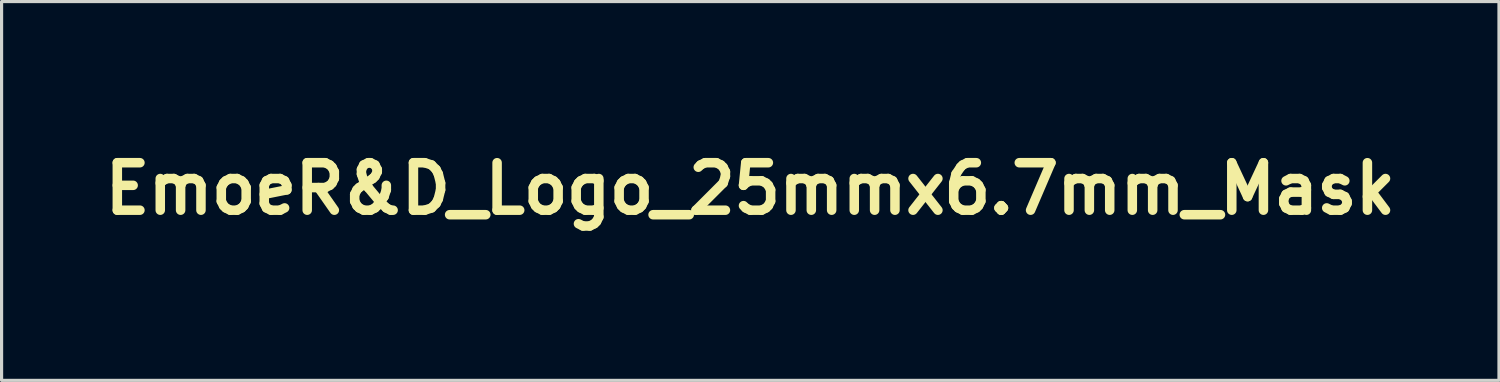
<source format=kicad_pcb>
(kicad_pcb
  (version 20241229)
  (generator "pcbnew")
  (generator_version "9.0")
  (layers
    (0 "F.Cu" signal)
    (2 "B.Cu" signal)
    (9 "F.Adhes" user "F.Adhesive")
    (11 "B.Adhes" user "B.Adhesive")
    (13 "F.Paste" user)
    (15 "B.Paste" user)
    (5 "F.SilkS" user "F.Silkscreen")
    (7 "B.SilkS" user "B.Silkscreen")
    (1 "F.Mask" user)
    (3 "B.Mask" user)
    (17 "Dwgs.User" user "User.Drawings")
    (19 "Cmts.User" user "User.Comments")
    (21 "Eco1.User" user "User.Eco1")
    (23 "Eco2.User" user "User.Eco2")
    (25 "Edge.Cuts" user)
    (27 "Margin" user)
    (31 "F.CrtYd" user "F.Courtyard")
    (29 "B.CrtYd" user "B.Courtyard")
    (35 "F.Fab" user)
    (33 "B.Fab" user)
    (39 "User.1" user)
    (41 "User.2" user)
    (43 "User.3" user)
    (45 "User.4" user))
  (footprint "EmoeR&D_Logo_25mmx6.7mm_Mask"
    (layer "F.Cu")
    (at 20.657 2.913)
    (property "Reference" "EmoeR&D_Logo_25mmx6.7mm_Mask" (at 0 0 0) (layer "F.SilkS") (effects (font (size 1.5 1.5) (thickness 0.3))))
    (attr board_only exclude_from_pos_files exclude_from_bom)
    (fp_poly (pts (xy 3.079 1.767) (xy 3.101 1.811) (xy 3.062 1.866) (xy 2.988 1.879) (xy 2.897 1.855) (xy 2.875 1.811) (xy 2.914 1.756) (xy 2.988 1.743)) (stroke (width 0) (type solid)) (fill yes) (layer "F.Mask"))
    (fp_poly (pts (xy -2.642 1.612) (xy -2.603 1.622) (xy -2.615 1.668) (xy -2.647 1.777) (xy -2.691 1.929) (xy -2.742 2.101) (xy -2.792 2.269) (xy -2.836 2.413) (xy -2.856 2.479) (xy -2.858 2.535) (xy -2.81 2.53) (xy -2.75 2.526) (xy -2.748 2.571) (xy -2.803 2.646) (xy -2.822 2.664) (xy -2.903 2.712) (xy -2.999 2.738) (xy -3.077 2.737) (xy -3.101 2.712) (xy -3.089 2.66) (xy -3.055 2.541) (xy -3.006 2.372) (xy -2.955 2.206) (xy -2.89 1.978) (xy -2.854 1.826) (xy -2.848 1.739) (xy -2.865 1.709) (xy -2.906 1.675) (xy -2.877 1.638) (xy -2.795 1.612) (xy -2.737 1.607)) (stroke (width 0) (type solid)) (fill yes) (layer "F.Mask"))
    (fp_poly (pts (xy 10.743 2.023) (xy 10.775 2.054) (xy 10.767 2.094) (xy 10.751 2.147) (xy 10.776 2.138) (xy 10.828 2.094) (xy 10.937 2.025) (xy 11.021 2.019) (xy 11.062 2.073) (xy 11.062 2.117) (xy 11.02 2.2) (xy 10.942 2.22) (xy 10.855 2.259) (xy 10.759 2.355) (xy 10.675 2.481) (xy 10.624 2.608) (xy 10.618 2.66) (xy 10.582 2.725) (xy 10.508 2.739) (xy 10.399 2.739) (xy 10.485 2.456) (xy 10.537 2.283) (xy 10.563 2.179) (xy 10.563 2.126) (xy 10.539 2.108) (xy 10.501 2.105) (xy 10.455 2.083) (xy 10.459 2.06) (xy 10.519 2.029) (xy 10.629 2.015) (xy 10.641 2.015)) (stroke (width 0) (type solid)) (fill yes) (layer "F.Mask"))
    (fp_poly (pts (xy -7.629 2.035) (xy -7.564 2.096) (xy -7.572 2.185) (xy -7.627 2.231) (xy -7.683 2.241) (xy -7.75 2.22) (xy -7.749 2.173) (xy -7.747 2.115) (xy -7.793 2.109) (xy -7.867 2.149) (xy -7.943 2.225) (xy -8.014 2.351) (xy -8.036 2.471) (xy -8.016 2.566) (xy -7.959 2.617) (xy -7.872 2.608) (xy -7.826 2.579) (xy -7.726 2.52) (xy -7.67 2.516) (xy -7.671 2.561) (xy -7.72 2.626) (xy -7.845 2.713) (xy -7.987 2.746) (xy -8.12 2.725) (xy -8.213 2.65) (xy -8.224 2.629) (xy -8.253 2.469) (xy -8.208 2.307) (xy -8.106 2.163) (xy -7.962 2.059) (xy -7.789 2.015) (xy -7.773 2.015)) (stroke (width 0) (type solid)) (fill yes) (layer "F.Mask"))
    (fp_poly (pts (xy 3.693 2.048) (xy 3.793 2.135) (xy 3.828 2.262) (xy 3.795 2.411) (xy 3.691 2.566) (xy 3.672 2.585) (xy 3.515 2.701) (xy 3.358 2.746) (xy 3.218 2.717) (xy 3.121 2.628) (xy 3.101 2.565) (xy 3.291 2.565) (xy 3.326 2.655) (xy 3.391 2.67) (xy 3.473 2.604) (xy 3.533 2.51) (xy 3.579 2.381) (xy 3.599 2.242) (xy 3.589 2.129) (xy 3.569 2.09) (xy 3.516 2.09) (xy 3.443 2.15) (xy 3.37 2.246) (xy 3.315 2.356) (xy 3.301 2.407) (xy 3.291 2.565) (xy 3.101 2.565) (xy 3.077 2.486) (xy 3.103 2.334) (xy 3.187 2.192) (xy 3.314 2.081) (xy 3.471 2.02) (xy 3.534 2.015)) (stroke (width 0) (type solid)) (fill yes) (layer "F.Mask"))
    (fp_poly (pts (xy 10.259 2.048) (xy 10.358 2.135) (xy 10.393 2.262) (xy 10.36 2.411) (xy 10.256 2.566) (xy 10.237 2.585) (xy 10.08 2.701) (xy 9.923 2.746) (xy 9.783 2.717) (xy 9.686 2.628) (xy 9.666 2.565) (xy 9.856 2.565) (xy 9.891 2.655) (xy 9.956 2.67) (xy 10.038 2.604) (xy 10.098 2.51) (xy 10.144 2.381) (xy 10.164 2.242) (xy 10.154 2.129) (xy 10.134 2.09) (xy 10.081 2.09) (xy 10.008 2.15) (xy 9.935 2.246) (xy 9.88 2.356) (xy 9.866 2.407) (xy 9.856 2.565) (xy 9.666 2.565) (xy 9.642 2.486) (xy 9.668 2.334) (xy 9.752 2.192) (xy 9.879 2.081) (xy 10.036 2.02) (xy 10.099 2.015)) (stroke (width 0) (type solid)) (fill yes) (layer "F.Mask"))
    (fp_poly (pts (xy 1.373 1.613) (xy 1.424 1.634) (xy 1.425 1.641) (xy 1.413 1.696) (xy 1.38 1.818) (xy 1.332 1.988) (xy 1.292 2.126) (xy 1.239 2.315) (xy 1.2 2.469) (xy 1.18 2.569) (xy 1.179 2.598) (xy 1.198 2.584) (xy 1.2 2.566) (xy 1.23 2.516) (xy 1.245 2.513) (xy 1.288 2.54) (xy 1.268 2.608) (xy 1.219 2.668) (xy 1.125 2.725) (xy 1.021 2.739) (xy 0.964 2.715) (xy 0.967 2.664) (xy 0.991 2.546) (xy 1.034 2.378) (xy 1.081 2.209) (xy 1.144 1.984) (xy 1.178 1.832) (xy 1.185 1.745) (xy 1.167 1.71) (xy 1.166 1.709) (xy 1.129 1.668) (xy 1.134 1.649) (xy 1.188 1.621) (xy 1.281 1.609)) (stroke (width 0) (type solid)) (fill yes) (layer "F.Mask"))
    (fp_poly (pts (xy -2.054 2.033) (xy -1.979 2.069) (xy -1.943 2.147) (xy -1.925 2.271) (xy -1.924 2.299) (xy -1.947 2.451) (xy -2.029 2.578) (xy -2.057 2.607) (xy -2.184 2.704) (xy -2.326 2.738) (xy -2.364 2.739) (xy -2.492 2.726) (xy -2.584 2.693) (xy -2.594 2.685) (xy -2.646 2.574) (xy -2.644 2.514) (xy -2.451 2.514) (xy -2.426 2.62) (xy -2.418 2.631) (xy -2.348 2.664) (xy -2.269 2.613) (xy -2.188 2.484) (xy -2.166 2.435) (xy -2.112 2.263) (xy -2.116 2.153) (xy -2.178 2.106) (xy -2.195 2.105) (xy -2.287 2.146) (xy -2.369 2.247) (xy -2.428 2.379) (xy -2.451 2.514) (xy -2.644 2.514) (xy -2.64 2.427) (xy -2.583 2.268) (xy -2.481 2.124) (xy -2.424 2.073) (xy -2.322 2.031) (xy -2.185 2.018)) (stroke (width 0) (type solid)) (fill yes) (layer "F.Mask"))
    (fp_poly (pts (xy 0.764 2.037) (xy 0.853 2.109) (xy 0.883 2.241) (xy 0.883 2.253) (xy 0.844 2.453) (xy 0.738 2.61) (xy 0.581 2.711) (xy 0.428 2.738) (xy 0.305 2.724) (xy 0.218 2.689) (xy 0.213 2.685) (xy 0.177 2.606) (xy 0.165 2.522) (xy 0.356 2.522) (xy 0.381 2.621) (xy 0.385 2.626) (xy 0.436 2.671) (xy 0.49 2.652) (xy 0.528 2.62) (xy 0.596 2.526) (xy 0.656 2.394) (xy 0.664 2.371) (xy 0.692 2.242) (xy 0.678 2.161) (xy 0.657 2.128) (xy 0.605 2.083) (xy 0.551 2.102) (xy 0.514 2.134) (xy 0.431 2.245) (xy 0.375 2.385) (xy 0.356 2.522) (xy 0.165 2.522) (xy 0.159 2.483) (xy 0.158 2.462) (xy 0.2 2.282) (xy 0.31 2.134) (xy 0.468 2.039) (xy 0.606 2.015)) (stroke (width 0) (type solid)) (fill yes) (layer "F.Mask"))
    (fp_poly (pts (xy 11.607 2.04) (xy 11.684 2.087) (xy 11.695 2.113) (xy 11.671 2.205) (xy 11.583 2.299) (xy 11.454 2.375) (xy 11.356 2.404) (xy 11.242 2.447) (xy 11.208 2.513) (xy 11.261 2.593) (xy 11.265 2.596) (xy 11.333 2.616) (xy 11.436 2.576) (xy 11.467 2.558) (xy 11.579 2.507) (xy 11.633 2.515) (xy 11.618 2.569) (xy 11.54 2.645) (xy 11.398 2.716) (xy 11.24 2.736) (xy 11.102 2.704) (xy 11.051 2.668) (xy 10.993 2.581) (xy 10.979 2.528) (xy 11.01 2.399) (xy 11.068 2.286) (xy 11.251 2.286) (xy 11.268 2.328) (xy 11.332 2.314) (xy 11.385 2.288) (xy 11.465 2.22) (xy 11.501 2.141) (xy 11.478 2.083) (xy 11.477 2.083) (xy 11.421 2.093) (xy 11.344 2.15) (xy 11.277 2.225) (xy 11.251 2.286) (xy 11.068 2.286) (xy 11.086 2.251) (xy 11.183 2.126) (xy 11.235 2.083) (xy 11.352 2.035) (xy 11.487 2.022)) (stroke (width 0) (type solid)) (fill yes) (layer "F.Mask"))
    (fp_poly (pts (xy -7.053 2.023) (xy -6.935 2.044) (xy -6.88 2.091) (xy -6.868 2.138) (xy -6.896 2.229) (xy -6.985 2.319) (xy -7.11 2.39) (xy -7.244 2.422) (xy -7.256 2.422) (xy -7.341 2.442) (xy -7.346 2.501) (xy -7.286 2.577) (xy -7.193 2.616) (xy -7.088 2.585) (xy -7.017 2.512) (xy -6.965 2.489) (xy -6.913 2.521) (xy -6.905 2.551) (xy -6.943 2.603) (xy -7.039 2.662) (xy -7.16 2.712) (xy -7.276 2.738) (xy -7.299 2.739) (xy -7.413 2.721) (xy -7.484 2.685) (xy -7.54 2.57) (xy -7.532 2.422) (xy -7.48 2.305) (xy -7.29 2.305) (xy -7.261 2.332) (xy -7.187 2.304) (xy -7.123 2.257) (xy -7.055 2.174) (xy -7.039 2.11) (xy -7.075 2.086) (xy -7.13 2.105) (xy -7.21 2.166) (xy -7.268 2.241) (xy -7.29 2.305) (xy -7.48 2.305) (xy -7.462 2.266) (xy -7.382 2.166) (xy -7.27 2.068) (xy -7.175 2.026) (xy -7.056 2.023)) (stroke (width 0) (type solid)) (fill yes) (layer "F.Mask"))
    (fp_poly (pts (xy 5.202 2.02) (xy 5.245 2.048) (xy 5.243 2.116) (xy 5.24 2.128) (xy 5.203 2.208) (xy 5.147 2.241) (xy 5.103 2.218) (xy 5.094 2.173) (xy 5.057 2.113) (xy 5.026 2.105) (xy 4.967 2.134) (xy 4.969 2.203) (xy 5.032 2.293) (xy 5.048 2.309) (xy 5.118 2.419) (xy 5.136 2.552) (xy 5.1 2.666) (xy 5.085 2.685) (xy 5.01 2.717) (xy 4.881 2.736) (xy 4.808 2.739) (xy 4.676 2.734) (xy 4.616 2.716) (xy 4.61 2.676) (xy 4.613 2.668) (xy 4.638 2.566) (xy 4.641 2.532) (xy 4.677 2.475) (xy 4.709 2.468) (xy 4.765 2.505) (xy 4.777 2.553) (xy 4.806 2.637) (xy 4.84 2.663) (xy 4.922 2.668) (xy 4.956 2.612) (xy 4.941 2.516) (xy 4.874 2.398) (xy 4.867 2.389) (xy 4.797 2.262) (xy 4.781 2.144) (xy 4.819 2.059) (xy 4.848 2.042) (xy 4.94 2.024) (xy 5.071 2.015) (xy 5.091 2.015)) (stroke (width 0) (type solid)) (fill yes) (layer "F.Mask"))
    (fp_poly (pts (xy -4.357 2.025) (xy -4.335 2.064) (xy -4.341 2.085) (xy -4.352 2.13) (xy -4.319 2.119) (xy -4.268 2.085) (xy -4.144 2.027) (xy -4.03 2.021) (xy -3.954 2.065) (xy -3.946 2.082) (xy -3.944 2.164) (xy -3.971 2.289) (xy -3.987 2.339) (xy -4.025 2.468) (xy -4.022 2.538) (xy -3.999 2.563) (xy -3.973 2.615) (xy -4.011 2.676) (xy -4.091 2.724) (xy -4.171 2.739) (xy -4.244 2.726) (xy -4.273 2.677) (xy -4.26 2.576) (xy -4.211 2.422) (xy -4.17 2.294) (xy -4.147 2.199) (xy -4.145 2.179) (xy -4.168 2.169) (xy -4.224 2.216) (xy -4.299 2.302) (xy -4.377 2.407) (xy -4.443 2.513) (xy -4.481 2.599) (xy -4.483 2.608) (xy -4.532 2.713) (xy -4.599 2.739) (xy -4.671 2.718) (xy -4.686 2.69) (xy -4.674 2.622) (xy -4.643 2.498) (xy -4.612 2.386) (xy -4.573 2.227) (xy -4.569 2.14) (xy -4.59 2.115) (xy -4.629 2.082) (xy -4.597 2.046) (xy -4.515 2.02) (xy -4.452 2.015)) (stroke (width 0) (type solid)) (fill yes) (layer "F.Mask"))
    (fp_poly (pts (xy -3.208 2.021) (xy -3.121 2.035) (xy -3.102 2.049) (xy -3.114 2.108) (xy -3.146 2.224) (xy -3.17 2.306) (xy -3.207 2.45) (xy -3.209 2.53) (xy -3.184 2.563) (xy -3.154 2.608) (xy -3.189 2.668) (xy -3.264 2.718) (xy -3.359 2.738) (xy -3.437 2.724) (xy -3.464 2.685) (xy -3.477 2.653) (xy -3.518 2.685) (xy -3.605 2.727) (xy -3.723 2.739) (xy -3.834 2.72) (xy -3.899 2.674) (xy -3.901 2.67) (xy -3.912 2.53) (xy -3.902 2.498) (xy -3.724 2.498) (xy -3.717 2.596) (xy -3.714 2.601) (xy -3.656 2.623) (xy -3.568 2.584) (xy -3.474 2.496) (xy -3.443 2.457) (xy -3.392 2.348) (xy -3.374 2.233) (xy -3.389 2.142) (xy -3.438 2.105) (xy -3.438 2.105) (xy -3.524 2.145) (xy -3.611 2.243) (xy -3.684 2.371) (xy -3.724 2.498) (xy -3.902 2.498) (xy -3.862 2.365) (xy -3.762 2.204) (xy -3.726 2.163) (xy -3.627 2.073) (xy -3.532 2.029) (xy -3.4 2.015) (xy -3.342 2.015)) (stroke (width 0) (type solid)) (fill yes) (layer "F.Mask"))
    (fp_poly (pts (xy -0.047 1.613) (xy 0.212 1.622) (xy 0.185 1.756) (xy 0.166 1.865) (xy 0.158 1.93) (xy 0.135 1.973) (xy 0.087 1.961) (xy 0.044 1.908) (xy 0.034 1.869) (xy -0.007 1.753) (xy -0.094 1.69) (xy -0.2 1.696) (xy -0.21 1.701) (xy -0.276 1.757) (xy -0.283 1.833) (xy -0.227 1.94) (xy -0.113 2.083) (xy 0.02 2.274) (xy 0.067 2.44) (xy 0.028 2.585) (xy -0.023 2.649) (xy -0.095 2.702) (xy -0.193 2.728) (xy -0.345 2.735) (xy -0.402 2.734) (xy -0.69 2.728) (xy -0.652 2.564) (xy -0.626 2.447) (xy -0.613 2.372) (xy -0.612 2.366) (xy -0.591 2.327) (xy -0.551 2.346) (xy -0.522 2.403) (xy -0.521 2.422) (xy -0.49 2.521) (xy -0.429 2.604) (xy -0.345 2.666) (xy -0.266 2.657) (xy -0.248 2.648) (xy -0.171 2.564) (xy -0.169 2.44) (xy -0.239 2.287) (xy -0.317 2.184) (xy -0.44 2.001) (xy -0.479 1.846) (xy -0.436 1.726) (xy -0.314 1.646) (xy -0.117 1.613)) (stroke (width 0) (type solid)) (fill yes) (layer "F.Mask"))
    (fp_poly (pts (xy 4.2 2.025) (xy 4.222 2.064) (xy 4.216 2.085) (xy 4.205 2.13) (xy 4.238 2.119) (xy 4.289 2.085) (xy 4.413 2.027) (xy 4.527 2.021) (xy 4.603 2.065) (xy 4.612 2.082) (xy 4.613 2.164) (xy 4.586 2.289) (xy 4.57 2.339) (xy 4.533 2.468) (xy 4.535 2.538) (xy 4.558 2.563) (xy 4.584 2.615) (xy 4.546 2.676) (xy 4.466 2.724) (xy 4.386 2.739) (xy 4.313 2.726) (xy 4.284 2.677) (xy 4.298 2.576) (xy 4.347 2.422) (xy 4.388 2.294) (xy 4.411 2.199) (xy 4.413 2.179) (xy 4.389 2.169) (xy 4.333 2.216) (xy 4.258 2.302) (xy 4.18 2.407) (xy 4.115 2.513) (xy 4.076 2.599) (xy 4.074 2.608) (xy 4.025 2.713) (xy 3.958 2.739) (xy 3.887 2.718) (xy 3.871 2.69) (xy 3.883 2.622) (xy 3.914 2.498) (xy 3.945 2.386) (xy 3.984 2.227) (xy 3.988 2.14) (xy 3.967 2.115) (xy 3.929 2.082) (xy 3.96 2.046) (xy 4.042 2.02) (xy 4.105 2.015)) (stroke (width 0) (type solid)) (fill yes) (layer "F.Mask"))
    (fp_poly (pts (xy -5.919 1.63) (xy -6.047 2.06) (xy -6.1 2.255) (xy -6.137 2.426) (xy -6.153 2.55) (xy -6.151 2.59) (xy -6.151 2.669) (xy -6.215 2.711) (xy -6.249 2.721) (xy -6.353 2.728) (xy -6.401 2.702) (xy -6.46 2.679) (xy -6.498 2.696) (xy -6.608 2.734) (xy -6.726 2.732) (xy -6.813 2.694) (xy -6.832 2.668) (xy -6.854 2.54) (xy -6.644 2.54) (xy -6.607 2.605) (xy -6.536 2.597) (xy -6.446 2.509) (xy -6.433 2.49) (xy -6.334 2.314) (xy -6.3 2.191) (xy -6.333 2.125) (xy -6.343 2.12) (xy -6.431 2.13) (xy -6.524 2.208) (xy -6.602 2.334) (xy -6.629 2.409) (xy -6.644 2.54) (xy -6.854 2.54) (xy -6.86 2.505) (xy -6.812 2.351) (xy -6.684 2.191) (xy -6.542 2.07) (xy -6.419 2.019) (xy -6.371 2.015) (xy -6.268 1.998) (xy -6.208 1.93) (xy -6.185 1.872) (xy -6.147 1.761) (xy -6.142 1.711) (xy -6.173 1.698) (xy -6.212 1.698) (xy -6.261 1.684) (xy -6.24 1.649) (xy -6.164 1.619) (xy -6.055 1.615)) (stroke (width 0) (type solid)) (fill yes) (layer "F.Mask"))
    (fp_poly (pts (xy 2.12 2.02) (xy 2.144 2.05) (xy 2.137 2.121) (xy 2.101 2.254) (xy 2.084 2.311) (xy 2.048 2.456) (xy 2.049 2.537) (xy 2.07 2.564) (xy 2.095 2.615) (xy 2.056 2.676) (xy 1.975 2.724) (xy 1.891 2.739) (xy 1.811 2.724) (xy 1.804 2.673) (xy 1.806 2.669) (xy 1.817 2.624) (xy 1.784 2.635) (xy 1.732 2.669) (xy 1.612 2.728) (xy 1.505 2.737) (xy 1.438 2.697) (xy 1.426 2.654) (xy 1.441 2.56) (xy 1.478 2.426) (xy 1.494 2.377) (xy 1.541 2.238) (xy 1.558 2.17) (xy 1.543 2.16) (xy 1.501 2.19) (xy 1.434 2.222) (xy 1.408 2.191) (xy 1.436 2.122) (xy 1.456 2.098) (xy 1.557 2.032) (xy 1.637 2.015) (xy 1.716 2.042) (xy 1.743 2.129) (xy 1.72 2.28) (xy 1.675 2.424) (xy 1.638 2.543) (xy 1.623 2.623) (xy 1.626 2.637) (xy 1.664 2.62) (xy 1.728 2.545) (xy 1.803 2.435) (xy 1.876 2.313) (xy 1.93 2.202) (xy 1.947 2.148) (xy 1.996 2.042) (xy 2.064 2.015)) (stroke (width 0) (type solid)) (fill yes) (layer "F.Mask"))
    (fp_poly (pts (xy 8.208 1.63) (xy 8.079 2.06) (xy 8.027 2.255) (xy 7.99 2.426) (xy 7.974 2.55) (xy 7.976 2.59) (xy 7.976 2.669) (xy 7.911 2.711) (xy 7.878 2.721) (xy 7.773 2.728) (xy 7.725 2.702) (xy 7.666 2.679) (xy 7.628 2.696) (xy 7.518 2.734) (xy 7.401 2.732) (xy 7.313 2.694) (xy 7.294 2.668) (xy 7.272 2.54) (xy 7.482 2.54) (xy 7.519 2.605) (xy 7.59 2.597) (xy 7.68 2.509) (xy 7.693 2.49) (xy 7.792 2.314) (xy 7.826 2.191) (xy 7.793 2.125) (xy 7.783 2.12) (xy 7.695 2.13) (xy 7.603 2.208) (xy 7.525 2.334) (xy 7.497 2.409) (xy 7.482 2.54) (xy 7.272 2.54) (xy 7.266 2.505) (xy 7.315 2.351) (xy 7.443 2.191) (xy 7.584 2.07) (xy 7.707 2.019) (xy 7.755 2.015) (xy 7.858 1.998) (xy 7.918 1.93) (xy 7.942 1.872) (xy 7.979 1.761) (xy 7.984 1.711) (xy 7.953 1.698) (xy 7.914 1.698) (xy 7.865 1.684) (xy 7.886 1.649) (xy 7.963 1.619) (xy 8.071 1.615)) (stroke (width 0) (type solid)) (fill yes) (layer "F.Mask"))
    (fp_poly (pts (xy -4.842 1.626) (xy -4.831 1.704) (xy -4.839 1.777) (xy -4.856 1.908) (xy -4.875 2.091) (xy -4.893 2.286) (xy -4.893 2.293) (xy -4.906 2.471) (xy -4.904 2.581) (xy -4.886 2.644) (xy -4.848 2.682) (xy -4.838 2.688) (xy -4.807 2.715) (xy -4.84 2.731) (xy -4.949 2.737) (xy -5.014 2.738) (xy -5.275 2.739) (xy -5.184 2.649) (xy -5.108 2.54) (xy -5.096 2.446) (xy -5.147 2.387) (xy -5.204 2.377) (xy -5.301 2.408) (xy -5.39 2.482) (xy -5.45 2.574) (xy -5.461 2.658) (xy -5.445 2.687) (xy -5.433 2.72) (xy -5.492 2.736) (xy -5.589 2.739) (xy -5.785 2.739) (xy -5.67 2.624) (xy -5.598 2.541) (xy -5.491 2.402) (xy -5.413 2.296) (xy -5.249 2.296) (xy -5.223 2.328) (xy -5.191 2.332) (xy -5.127 2.308) (xy -5.092 2.223) (xy -5.084 2.169) (xy -5.076 2.067) (xy -5.087 2.043) (xy -5.125 2.085) (xy -5.128 2.089) (xy -5.218 2.22) (xy -5.249 2.296) (xy -5.413 2.296) (xy -5.364 2.228) (xy -5.245 2.058) (xy -5.085 1.835) (xy -4.966 1.689) (xy -4.886 1.62)) (stroke (width 0) (type solid)) (fill yes) (layer "F.Mask"))
    (fp_poly (pts (xy 10.286 -2.873) (xy 10.588 -2.863) (xy 10.826 -2.845) (xy 11.014 -2.814) (xy 11.165 -2.769) (xy 11.293 -2.707) (xy 11.411 -2.626) (xy 11.469 -2.578) (xy 11.682 -2.355) (xy 11.84 -2.097) (xy 11.946 -1.79) (xy 12.005 -1.423) (xy 12.02 -1.054) (xy 11.991 -0.599) (xy 11.902 -0.211) (xy 11.752 0.112) (xy 11.541 0.371) (xy 11.267 0.568) (xy 11.231 0.588) (xy 10.964 0.724) (xy 9.976 0.739) (xy 8.987 0.753) (xy 8.987 -1.061) (xy 8.987 -1.064) (xy 9.531 -1.064) (xy 9.531 0.294) (xy 10.11 0.294) (xy 10.358 0.293) (xy 10.537 0.286) (xy 10.667 0.271) (xy 10.768 0.245) (xy 10.861 0.206) (xy 10.888 0.192) (xy 11.124 0.024) (xy 11.299 -0.211) (xy 11.413 -0.512) (xy 11.467 -0.879) (xy 11.467 -1.222) (xy 11.435 -1.536) (xy 11.374 -1.782) (xy 11.275 -1.983) (xy 11.147 -2.145) (xy 11.036 -2.25) (xy 10.923 -2.326) (xy 10.789 -2.376) (xy 10.618 -2.405) (xy 10.39 -2.419) (xy 10.121 -2.422) (xy 9.531 -2.422) (xy 9.531 -1.064) (xy 8.987 -1.064) (xy 8.987 -2.875) (xy 9.907 -2.875)) (stroke (width 0) (type solid)) (fill yes) (layer "F.Mask"))
    (fp_poly (pts (xy -11.491 1.641) (xy -11.494 1.687) (xy -11.507 1.765) (xy -11.523 1.909) (xy -11.539 2.094) (xy -11.548 2.202) (xy -11.56 2.406) (xy -11.562 2.538) (xy -11.552 2.618) (xy -11.527 2.663) (xy -11.494 2.688) (xy -11.463 2.715) (xy -11.497 2.73) (xy -11.605 2.737) (xy -11.679 2.738) (xy -11.824 2.736) (xy -11.893 2.725) (xy -11.897 2.702) (xy -11.876 2.683) (xy -11.813 2.597) (xy -11.776 2.502) (xy -11.765 2.412) (xy -11.807 2.381) (xy -11.874 2.377) (xy -11.979 2.408) (xy -12.067 2.484) (xy -12.119 2.578) (xy -12.117 2.664) (xy -12.101 2.687) (xy -12.089 2.72) (xy -12.146 2.736) (xy -12.247 2.739) (xy -12.446 2.739) (xy -12.308 2.592) (xy -12.224 2.493) (xy -12.108 2.341) (xy -12.088 2.314) (xy -11.908 2.314) (xy -11.853 2.332) (xy -11.841 2.332) (xy -11.776 2.313) (xy -11.752 2.241) (xy -11.75 2.185) (xy -11.755 2.1) (xy -11.776 2.084) (xy -11.821 2.14) (xy -11.888 2.252) (xy -11.908 2.314) (xy -12.088 2.314) (xy -11.976 2.161) (xy -11.882 2.026) (xy -11.762 1.858) (xy -11.655 1.722) (xy -11.573 1.634) (xy -11.533 1.607)) (stroke (width 0) (type solid)) (fill yes) (layer "F.Mask"))
    (fp_poly (pts (xy 2.591 1.868) (xy 2.585 1.902) (xy 2.574 1.968) (xy 2.593 2.005) (xy 2.661 2.02) (xy 2.793 2.02) (xy 2.885 2.016) (xy 3.054 2.008) (xy 2.994 2.204) (xy 2.95 2.349) (xy 2.911 2.474) (xy 2.902 2.501) (xy 2.889 2.573) (xy 2.925 2.581) (xy 2.94 2.576) (xy 3 2.574) (xy 3.002 2.622) (xy 2.957 2.685) (xy 2.895 2.714) (xy 2.799 2.736) (xy 2.706 2.744) (xy 2.652 2.734) (xy 2.649 2.728) (xy 2.661 2.682) (xy 2.693 2.574) (xy 2.738 2.425) (xy 2.738 2.425) (xy 2.781 2.276) (xy 2.807 2.165) (xy 2.811 2.117) (xy 2.811 2.117) (xy 2.76 2.103) (xy 2.669 2.092) (xy 2.596 2.094) (xy 2.548 2.128) (xy 2.507 2.212) (xy 2.466 2.339) (xy 2.426 2.483) (xy 2.416 2.557) (xy 2.436 2.576) (xy 2.451 2.572) (xy 2.505 2.574) (xy 2.503 2.624) (xy 2.459 2.685) (xy 2.374 2.731) (xy 2.279 2.737) (xy 2.21 2.704) (xy 2.196 2.667) (xy 2.208 2.585) (xy 2.239 2.451) (xy 2.269 2.344) (xy 2.307 2.193) (xy 2.314 2.106) (xy 2.289 2.062) (xy 2.285 2.059) (xy 2.266 2.024) (xy 2.326 1.994) (xy 2.426 1.931) (xy 2.469 1.876) (xy 2.531 1.799) (xy 2.579 1.798)) (stroke (width 0) (type solid)) (fill yes) (layer "F.Mask"))
    (fp_poly (pts (xy -3.915 -1.62) (xy -3.621 -1.52) (xy -3.376 -1.348) (xy -3.174 -1.1) (xy -3.122 -1.011) (xy -3.052 -0.872) (xy -3.011 -0.748) (xy -2.993 -0.605) (xy -2.988 -0.407) (xy -2.993 -0.209) (xy -3.011 -0.066) (xy -3.052 0.058) (xy -3.122 0.196) (xy -3.319 0.466) (xy -3.573 0.676) (xy -3.752 0.77) (xy -3.931 0.816) (xy -4.16 0.836) (xy -4.407 0.832) (xy -4.634 0.803) (xy -4.799 0.753) (xy -5.093 0.571) (xy -5.328 0.321) (xy -5.4 0.21) (xy -5.461 0.097) (xy -5.498 -0.009) (xy -5.517 -0.136) (xy -5.523 -0.313) (xy -5.524 -0.407) (xy -5.236 -0.407) (xy -5.205 -0.143) (xy -5.106 0.084) (xy -4.929 0.294) (xy -4.88 0.339) (xy -4.632 0.503) (xy -4.367 0.58) (xy -4.09 0.567) (xy -3.826 0.473) (xy -3.593 0.31) (xy -3.425 0.101) (xy -3.322 -0.14) (xy -3.285 -0.397) (xy -3.314 -0.654) (xy -3.409 -0.897) (xy -3.57 -1.109) (xy -3.797 -1.276) (xy -3.803 -1.279) (xy -4.085 -1.381) (xy -4.363 -1.394) (xy -4.63 -1.318) (xy -4.878 -1.155) (xy -4.881 -1.153) (xy -5.076 -0.943) (xy -5.191 -0.72) (xy -5.235 -0.464) (xy -5.236 -0.407) (xy -5.524 -0.407) (xy -5.521 -0.613) (xy -5.508 -0.757) (xy -5.479 -0.868) (xy -5.429 -0.975) (xy -5.4 -1.025) (xy -5.2 -1.295) (xy -4.96 -1.486) (xy -4.672 -1.604) (xy -4.331 -1.65) (xy -4.266 -1.652)) (stroke (width 0) (type solid)) (fill yes) (layer "F.Mask"))
    (fp_poly (pts (xy -9.712 -1.925) (xy -9.712 -1.471) (xy -9.848 -1.471) (xy -9.983 -1.471) (xy -9.983 -1.811) (xy -9.983 -2.151) (xy -10.753 -2.151) (xy -11.523 -2.151) (xy -11.523 -1.562) (xy -11.523 -0.973) (xy -11.163 -0.973) (xy -10.804 -0.973) (xy -10.79 -1.166) (xy -10.776 -1.287) (xy -10.744 -1.342) (xy -10.676 -1.358) (xy -10.64 -1.358) (xy -10.504 -1.358) (xy -10.504 -0.86) (xy -10.504 -0.362) (xy -10.64 -0.362) (xy -10.726 -0.37) (xy -10.768 -0.409) (xy -10.786 -0.504) (xy -10.79 -0.555) (xy -10.804 -0.747) (xy -11.163 -0.747) (xy -11.523 -0.747) (xy -11.523 -0.113) (xy -11.523 0.521) (xy -10.71 0.521) (xy -9.896 0.521) (xy -9.883 0.125) (xy -9.87 -0.272) (xy -9.723 -0.286) (xy -9.576 -0.3) (xy -9.576 0.224) (xy -9.576 0.747) (xy -10.913 0.747) (xy -11.304 0.746) (xy -11.614 0.744) (xy -11.851 0.74) (xy -12.025 0.734) (xy -12.146 0.725) (xy -12.222 0.713) (xy -12.262 0.697) (xy -12.275 0.681) (xy -12.281 0.592) (xy -12.213 0.54) (xy -12.064 0.521) (xy -12.041 0.521) (xy -11.84 0.521) (xy -11.84 -0.812) (xy -11.84 -2.146) (xy -12.055 -2.159) (xy -12.187 -2.174) (xy -12.252 -2.203) (xy -12.27 -2.256) (xy -12.27 -2.264) (xy -12.267 -2.29) (xy -12.252 -2.311) (xy -12.214 -2.327) (xy -12.145 -2.339) (xy -12.033 -2.348) (xy -11.87 -2.354) (xy -11.646 -2.359) (xy -11.35 -2.363) (xy -10.991 -2.366) (xy -9.712 -2.378)) (stroke (width 0) (type solid)) (fill yes) (layer "F.Mask"))
    (fp_poly (pts (xy -1.2 2.045) (xy -1.132 2.058) (xy -1.026 2.084) (xy -1.001 2.105) (xy -1.043 2.126) (xy -1.121 2.189) (xy -1.143 2.249) (xy -1.195 2.386) (xy -1.317 2.488) (xy -1.436 2.531) (xy -1.528 2.56) (xy -1.534 2.595) (xy -1.453 2.64) (xy -1.372 2.67) (xy -1.23 2.742) (xy -1.168 2.826) (xy -1.181 2.912) (xy -1.262 2.987) (xy -1.404 3.039) (xy -1.581 3.056) (xy -1.725 3.046) (xy -1.836 3.021) (xy -1.87 3.002) (xy -1.921 2.905) (xy -1.89 2.829) (xy -1.737 2.829) (xy -1.734 2.91) (xy -1.683 2.973) (xy -1.664 2.98) (xy -1.593 3) (xy -1.576 3.006) (xy -1.533 2.995) (xy -1.452 2.967) (xy -1.367 2.92) (xy -1.336 2.877) (xy -1.375 2.837) (xy -1.468 2.799) (xy -1.579 2.773) (xy -1.671 2.77) (xy -1.687 2.774) (xy -1.737 2.829) (xy -1.89 2.829) (xy -1.884 2.814) (xy -1.834 2.774) (xy -1.762 2.698) (xy -1.743 2.638) (xy -1.719 2.57) (xy -1.691 2.558) (xy -1.675 2.532) (xy -1.713 2.475) (xy -1.781 2.342) (xy -1.781 2.337) (xy -1.57 2.337) (xy -1.55 2.397) (xy -1.514 2.454) (xy -1.477 2.446) (xy -1.42 2.381) (xy -1.358 2.276) (xy -1.336 2.191) (xy -1.366 2.121) (xy -1.435 2.105) (xy -1.512 2.141) (xy -1.558 2.207) (xy -1.57 2.337) (xy -1.781 2.337) (xy -1.764 2.201) (xy -1.698 2.105) (xy -1.587 2.039) (xy -1.425 2.019)) (stroke (width 0) (type solid)) (fill yes) (layer "F.Mask"))
    (fp_poly (pts (xy 8.817 2.024) (xy 8.84 2.062) (xy 8.832 2.091) (xy 8.816 2.142) (xy 8.842 2.131) (xy 8.887 2.091) (xy 8.984 2.035) (xy 9.088 2.016) (xy 9.162 2.039) (xy 9.176 2.06) (xy 9.227 2.08) (xy 9.338 2.051) (xy 9.472 2.019) (xy 9.548 2.051) (xy 9.569 2.152) (xy 9.539 2.313) (xy 9.512 2.444) (xy 9.506 2.54) (xy 9.511 2.563) (xy 9.51 2.632) (xy 9.451 2.7) (xy 9.362 2.738) (xy 9.344 2.739) (xy 9.284 2.72) (xy 9.263 2.656) (xy 9.28 2.532) (xy 9.325 2.366) (xy 9.357 2.243) (xy 9.366 2.165) (xy 9.359 2.151) (xy 9.31 2.188) (xy 9.239 2.281) (xy 9.163 2.405) (xy 9.098 2.535) (xy 9.075 2.593) (xy 9.009 2.708) (xy 8.938 2.739) (xy 8.882 2.734) (xy 8.858 2.704) (xy 8.865 2.633) (xy 8.901 2.5) (xy 8.919 2.441) (xy 8.958 2.305) (xy 8.981 2.203) (xy 8.985 2.173) (xy 9.168 2.173) (xy 9.191 2.196) (xy 9.214 2.173) (xy 9.191 2.151) (xy 9.168 2.173) (xy 8.985 2.173) (xy 8.965 2.158) (xy 8.916 2.202) (xy 8.851 2.288) (xy 8.784 2.396) (xy 8.73 2.505) (xy 8.71 2.559) (xy 8.654 2.689) (xy 8.586 2.738) (xy 8.573 2.739) (xy 8.503 2.717) (xy 8.489 2.69) (xy 8.501 2.622) (xy 8.532 2.498) (xy 8.563 2.386) (xy 8.602 2.227) (xy 8.606 2.14) (xy 8.586 2.115) (xy 8.547 2.082) (xy 8.578 2.046) (xy 8.66 2.02) (xy 8.723 2.015)) (stroke (width 0) (type solid)) (fill yes) (layer "F.Mask"))
    (fp_poly (pts (xy 3.09 -2.875) (xy 3.41 -2.873) (xy 3.706 -2.867) (xy 3.962 -2.859) (xy 4.164 -2.848) (xy 4.298 -2.835) (xy 4.334 -2.828) (xy 4.578 -2.717) (xy 4.766 -2.538) (xy 4.893 -2.3) (xy 4.953 -2.01) (xy 4.958 -1.896) (xy 4.949 -1.699) (xy 4.917 -1.551) (xy 4.852 -1.412) (xy 4.843 -1.397) (xy 4.69 -1.212) (xy 4.479 -1.059) (xy 4.244 -0.962) (xy 4.205 -0.953) (xy 4.064 -0.924) (xy 4.318 -0.666) (xy 4.448 -0.518) (xy 4.601 -0.32) (xy 4.756 -0.101) (xy 4.864 0.068) (xy 4.983 0.262) (xy 5.09 0.436) (xy 5.174 0.571) (xy 5.221 0.647) (xy 5.288 0.751) (xy 4.934 0.738) (xy 4.581 0.724) (xy 4.283 0.247) (xy 4.074 -0.08) (xy 3.902 -0.335) (xy 3.76 -0.526) (xy 3.642 -0.661) (xy 3.541 -0.749) (xy 3.493 -0.779) (xy 3.356 -0.825) (xy 3.15 -0.858) (xy 2.954 -0.874) (xy 2.558 -0.894) (xy 2.558 -0.073) (xy 2.558 0.747) (xy 2.286 0.747) (xy 2.015 0.747) (xy 2.015 -1.064) (xy 2.015 -1.878) (xy 2.558 -1.878) (xy 2.558 -1.278) (xy 3.249 -1.3) (xy 3.556 -1.312) (xy 3.784 -1.329) (xy 3.946 -1.351) (xy 4.052 -1.381) (xy 4.075 -1.392) (xy 4.259 -1.522) (xy 4.367 -1.686) (xy 4.401 -1.823) (xy 4.389 -2.038) (xy 4.296 -2.217) (xy 4.127 -2.35) (xy 4.111 -2.358) (xy 4.022 -2.393) (xy 3.909 -2.418) (xy 3.756 -2.437) (xy 3.546 -2.45) (xy 3.262 -2.459) (xy 3.249 -2.459) (xy 2.558 -2.477) (xy 2.558 -1.878) (xy 2.015 -1.878) (xy 2.015 -2.875)) (stroke (width 0) (type solid)) (fill yes) (layer "F.Mask"))
    (fp_poly (pts (xy -0.756 -1.624) (xy -0.56 -1.601) (xy -0.406 -1.553) (xy -0.269 -1.471) (xy -0.127 -1.346) (xy -0.086 -1.305) (xy 0.109 -1.047) (xy 0.234 -0.734) (xy 0.269 -0.555) (xy 0.3 -0.34) (xy -0.858 -0.34) (xy -2.017 -0.34) (xy -1.987 -0.215) (xy -1.929 -0.04) (xy -1.837 0.113) (xy -1.726 0.242) (xy -1.485 0.438) (xy -1.208 0.552) (xy -0.902 0.585) (xy -0.571 0.536) (xy -0.222 0.403) (xy -0.186 0.385) (xy 0.015 0.293) (xy 0.154 0.255) (xy 0.241 0.27) (xy 0.279 0.321) (xy 0.269 0.412) (xy 0.181 0.513) (xy 0.026 0.617) (xy -0.184 0.713) (xy -0.221 0.727) (xy -0.427 0.791) (xy -0.63 0.826) (xy -0.872 0.837) (xy -0.923 0.838) (xy -1.13 0.834) (xy -1.281 0.818) (xy -1.41 0.784) (xy -1.55 0.723) (xy -1.598 0.699) (xy -1.872 0.518) (xy -2.081 0.289) (xy -2.224 0.026) (xy -2.301 -0.258) (xy -2.311 -0.55) (xy -2.303 -0.59) (xy -2.015 -0.59) (xy -1.972 -0.583) (xy -1.851 -0.577) (xy -1.665 -0.572) (xy -1.428 -0.568) (xy -1.152 -0.566) (xy -1.016 -0.566) (xy -0.017 -0.566) (xy -0.047 -0.668) (xy -0.168 -0.931) (xy -0.347 -1.138) (xy -0.57 -1.286) (xy -0.822 -1.371) (xy -1.087 -1.39) (xy -1.351 -1.338) (xy -1.598 -1.213) (xy -1.752 -1.079) (xy -1.832 -0.976) (xy -1.914 -0.84) (xy -1.98 -0.706) (xy -2.014 -0.604) (xy -2.015 -0.59) (xy -2.303 -0.59) (xy -2.254 -0.836) (xy -2.127 -1.103) (xy -1.932 -1.338) (xy -1.711 -1.503) (xy -1.605 -1.56) (xy -1.51 -1.598) (xy -1.4 -1.618) (xy -1.25 -1.628) (xy -1.036 -1.63) (xy -1.019 -1.63)) (stroke (width 0) (type solid)) (fill yes) (layer "F.Mask"))
    (fp_poly (pts (xy -10.483 1.613) (xy -10.445 1.644) (xy -10.452 1.719) (xy -10.497 1.859) (xy -10.499 1.864) (xy -10.561 2.041) (xy -10.41 2.023) (xy -10.32 2.021) (xy -10.263 2.052) (xy -10.229 2.132) (xy -10.207 2.279) (xy -10.199 2.365) (xy -10.187 2.512) (xy -10.078 2.352) (xy -10.012 2.238) (xy -10.003 2.168) (xy -10.022 2.14) (xy -10.071 2.065) (xy -10.036 2.023) (xy -9.961 2.015) (xy -9.867 2.043) (xy -9.842 2.124) (xy -9.885 2.254) (xy -9.996 2.43) (xy -10.128 2.596) (xy -10.243 2.709) (xy -10.325 2.738) (xy -10.374 2.683) (xy -10.391 2.544) (xy -10.391 2.538) (xy -10.402 2.382) (xy -10.429 2.242) (xy -10.438 2.214) (xy -10.477 2.132) (xy -10.516 2.127) (xy -10.545 2.154) (xy -10.613 2.255) (xy -10.66 2.377) (xy -10.679 2.489) (xy -10.66 2.559) (xy -10.655 2.563) (xy -10.625 2.608) (xy -10.66 2.668) (xy -10.735 2.718) (xy -10.829 2.738) (xy -10.907 2.724) (xy -10.934 2.685) (xy -10.948 2.653) (xy -10.989 2.685) (xy -11.089 2.732) (xy -11.217 2.732) (xy -11.325 2.687) (xy -11.343 2.67) (xy -11.376 2.6) (xy -11.369 2.511) (xy -11.161 2.511) (xy -11.138 2.588) (xy -11.077 2.594) (xy -10.993 2.533) (xy -10.913 2.434) (xy -10.831 2.288) (xy -10.799 2.172) (xy -10.816 2.1) (xy -10.88 2.085) (xy -10.94 2.108) (xy -11.032 2.195) (xy -11.112 2.33) (xy -11.157 2.471) (xy -11.161 2.511) (xy -11.369 2.511) (xy -11.368 2.5) (xy -11.348 2.424) (xy -11.257 2.243) (xy -11.117 2.104) (xy -10.952 2.025) (xy -10.868 2.015) (xy -10.763 2.003) (xy -10.712 1.95) (xy -10.69 1.868) (xy -10.682 1.758) (xy -10.707 1.706) (xy -10.707 1.706) (xy -10.742 1.674) (xy -10.709 1.637) (xy -10.627 1.612) (xy -10.569 1.607)) (stroke (width 0) (type solid)) (fill yes) (layer "F.Mask"))
    (fp_poly (pts (xy 7.187 2.028) (xy 7.219 2.088) (xy 7.222 2.148) (xy 7.204 2.295) (xy 7.175 2.404) (xy 7.15 2.507) (xy 7.181 2.561) (xy 7.183 2.562) (xy 7.21 2.615) (xy 7.173 2.676) (xy 7.093 2.725) (xy 7.012 2.739) (xy 6.939 2.726) (xy 6.91 2.677) (xy 6.924 2.576) (xy 6.973 2.422) (xy 7.022 2.272) (xy 7.037 2.189) (xy 7.021 2.154) (xy 7 2.151) (xy 6.952 2.187) (xy 6.88 2.279) (xy 6.801 2.399) (xy 6.731 2.524) (xy 6.686 2.625) (xy 6.678 2.664) (xy 6.641 2.726) (xy 6.569 2.739) (xy 6.46 2.739) (xy 6.546 2.456) (xy 6.598 2.283) (xy 6.623 2.179) (xy 6.623 2.126) (xy 6.596 2.108) (xy 6.552 2.105) (xy 6.492 2.145) (xy 6.437 2.243) (xy 6.396 2.368) (xy 6.381 2.487) (xy 6.399 2.568) (xy 6.404 2.573) (xy 6.423 2.639) (xy 6.375 2.7) (xy 6.279 2.737) (xy 6.243 2.739) (xy 6.16 2.722) (xy 6.135 2.692) (xy 6.107 2.669) (xy 6.047 2.692) (xy 5.935 2.729) (xy 5.813 2.738) (xy 5.723 2.717) (xy 5.712 2.709) (xy 5.683 2.627) (xy 5.686 2.564) (xy 5.874 2.564) (xy 5.915 2.619) (xy 5.99 2.609) (xy 6.084 2.535) (xy 6.151 2.448) (xy 6.205 2.328) (xy 6.224 2.203) (xy 6.206 2.109) (xy 6.184 2.085) (xy 6.131 2.1) (xy 6.054 2.169) (xy 5.973 2.271) (xy 5.907 2.38) (xy 5.882 2.446) (xy 5.874 2.564) (xy 5.686 2.564) (xy 5.689 2.499) (xy 5.723 2.361) (xy 5.767 2.273) (xy 5.85 2.162) (xy 5.939 2.09) (xy 6.057 2.048) (xy 6.224 2.028) (xy 6.438 2.023) (xy 6.634 2.023) (xy 6.755 2.029) (xy 6.816 2.044) (xy 6.832 2.071) (xy 6.827 2.097) (xy 6.813 2.146) (xy 6.842 2.134) (xy 6.889 2.094) (xy 7.005 2.032) (xy 7.101 2.015)) (stroke (width 0) (type solid)) (fill yes) (layer "F.Mask"))
    (fp_poly (pts (xy -8.342 2.028) (xy -8.311 2.088) (xy -8.308 2.148) (xy -8.325 2.295) (xy -8.355 2.404) (xy -8.38 2.507) (xy -8.349 2.561) (xy -8.347 2.562) (xy -8.32 2.615) (xy -8.357 2.676) (xy -8.437 2.725) (xy -8.517 2.739) (xy -8.591 2.726) (xy -8.62 2.677) (xy -8.606 2.576) (xy -8.557 2.422) (xy -8.508 2.272) (xy -8.492 2.189) (xy -8.509 2.154) (xy -8.53 2.151) (xy -8.578 2.187) (xy -8.649 2.279) (xy -8.728 2.399) (xy -8.798 2.524) (xy -8.843 2.625) (xy -8.852 2.664) (xy -8.889 2.726) (xy -8.961 2.739) (xy -9.07 2.739) (xy -8.984 2.456) (xy -8.933 2.287) (xy -8.907 2.186) (xy -8.907 2.133) (xy -8.933 2.108) (xy -8.981 2.094) (xy -9.035 2.096) (xy -9.077 2.147) (xy -9.12 2.266) (xy -9.133 2.313) (xy -9.169 2.469) (xy -9.169 2.552) (xy -9.151 2.572) (xy -9.129 2.609) (xy -9.164 2.665) (xy -9.232 2.717) (xy -9.31 2.739) (xy -9.38 2.718) (xy -9.395 2.692) (xy -9.423 2.669) (xy -9.482 2.692) (xy -9.618 2.735) (xy -9.747 2.727) (xy -9.835 2.671) (xy -9.842 2.659) (xy -9.868 2.52) (xy -9.851 2.46) (xy -9.659 2.46) (xy -9.65 2.582) (xy -9.601 2.62) (xy -9.523 2.589) (xy -9.433 2.5) (xy -9.377 2.419) (xy -9.315 2.277) (xy -9.303 2.166) (xy -9.335 2.101) (xy -9.404 2.096) (xy -9.503 2.164) (xy -9.506 2.167) (xy -9.608 2.308) (xy -9.659 2.46) (xy -9.851 2.46) (xy -9.821 2.357) (xy -9.708 2.19) (xy -9.693 2.175) (xy -9.625 2.105) (xy -9.563 2.061) (xy -9.487 2.036) (xy -9.372 2.026) (xy -9.198 2.023) (xy -9.113 2.022) (xy -8.912 2.023) (xy -8.785 2.03) (xy -8.719 2.044) (xy -8.698 2.068) (xy -8.703 2.097) (xy -8.716 2.146) (xy -8.687 2.134) (xy -8.641 2.094) (xy -8.524 2.032) (xy -8.429 2.015)) (stroke (width 0) (type solid)) (fill yes) (layer "F.Mask"))
    (fp_poly (pts (xy -6.604 -1.621) (xy -6.438 -1.521) (xy -6.311 -1.343) (xy -6.299 -1.319) (xy -6.272 -1.245) (xy -6.252 -1.146) (xy -6.238 -1.008) (xy -6.23 -0.818) (xy -6.226 -0.561) (xy -6.225 -0.321) (xy -6.225 0.521) (xy -6.067 0.521) (xy -5.96 0.529) (xy -5.916 0.567) (xy -5.909 0.634) (xy -5.913 0.693) (xy -5.94 0.727) (xy -6.01 0.742) (xy -6.141 0.747) (xy -6.225 0.747) (xy -6.542 0.747) (xy -6.542 -0.207) (xy -6.542 -1.162) (xy -6.674 -1.293) (xy -6.767 -1.375) (xy -6.84 -1.4) (xy -6.934 -1.379) (xy -6.946 -1.375) (xy -7.057 -1.312) (xy -7.182 -1.204) (xy -7.245 -1.134) (xy -7.403 -0.941) (xy -7.403 -0.213) (xy -7.403 0.515) (xy -7.233 0.529) (xy -7.117 0.549) (xy -7.069 0.592) (xy -7.063 0.634) (xy -7.073 0.683) (xy -7.116 0.712) (xy -7.212 0.728) (xy -7.366 0.738) (xy -7.669 0.751) (xy -7.683 -0.22) (xy -7.688 -0.544) (xy -7.694 -0.789) (xy -7.702 -0.969) (xy -7.714 -1.096) (xy -7.729 -1.182) (xy -7.75 -1.238) (xy -7.777 -1.279) (xy -7.783 -1.286) (xy -7.912 -1.374) (xy -8.057 -1.373) (xy -8.221 -1.284) (xy -8.339 -1.176) (xy -8.535 -0.972) (xy -8.535 -0.228) (xy -8.535 0.515) (xy -8.365 0.529) (xy -8.249 0.549) (xy -8.201 0.592) (xy -8.195 0.634) (xy -8.202 0.675) (xy -8.232 0.702) (xy -8.303 0.719) (xy -8.43 0.729) (xy -8.63 0.736) (xy -8.66 0.737) (xy -8.877 0.741) (xy -9.02 0.736) (xy -9.104 0.722) (xy -9.144 0.696) (xy -9.151 0.683) (xy -9.155 0.587) (xy -9.08 0.532) (xy -8.985 0.521) (xy -8.852 0.521) (xy -8.852 -0.405) (xy -8.852 -1.33) (xy -8.999 -1.344) (xy -9.105 -1.369) (xy -9.144 -1.425) (xy -9.146 -1.449) (xy -9.135 -1.499) (xy -9.091 -1.528) (xy -8.992 -1.545) (xy -8.856 -1.553) (xy -8.664 -1.553) (xy -8.556 -1.531) (xy -8.53 -1.51) (xy -8.487 -1.481) (xy -8.419 -1.522) (xy -8.403 -1.535) (xy -8.287 -1.597) (xy -8.119 -1.637) (xy -7.936 -1.651) (xy -7.786 -1.634) (xy -7.672 -1.579) (xy -7.56 -1.489) (xy -7.557 -1.485) (xy -7.447 -1.366) (xy -7.345 -1.459) (xy -7.183 -1.579) (xy -7.011 -1.639) (xy -6.823 -1.653)) (stroke (width 0) (type solid)) (fill yes) (layer "F.Mask"))
    (fp_poly (pts (xy 7.048 -2.91) (xy 7.266 -2.861) (xy 7.439 -2.762) (xy 7.534 -2.669) (xy 7.676 -2.445) (xy 7.735 -2.197) (xy 7.711 -1.943) (xy 7.64 -1.765) (xy 7.566 -1.667) (xy 7.447 -1.542) (xy 7.309 -1.419) (xy 7.19 -1.329) (xy 7.145 -1.295) (xy 7.129 -1.26) (xy 7.148 -1.207) (xy 7.209 -1.12) (xy 7.319 -0.983) (xy 7.358 -0.935) (xy 7.478 -0.792) (xy 7.577 -0.678) (xy 7.642 -0.61) (xy 7.657 -0.598) (xy 7.689 -0.631) (xy 7.733 -0.725) (xy 7.755 -0.786) (xy 7.821 -0.984) (xy 8.051 -0.953) (xy 8.188 -0.932) (xy 8.287 -0.912) (xy 8.313 -0.902) (xy 8.325 -0.846) (xy 8.302 -0.729) (xy 8.25 -0.571) (xy 8.175 -0.393) (xy 8.139 -0.318) (xy 8.025 -0.094) (xy 8.307 0.172) (xy 8.59 0.437) (xy 8.455 0.603) (xy 8.36 0.706) (xy 8.275 0.773) (xy 8.247 0.784) (xy 8.18 0.762) (xy 8.072 0.69) (xy 7.945 0.583) (xy 7.931 0.57) (xy 7.689 0.341) (xy 7.584 0.453) (xy 7.481 0.538) (xy 7.337 0.632) (xy 7.25 0.679) (xy 7.013 0.76) (xy 6.737 0.797) (xy 6.455 0.79) (xy 6.201 0.737) (xy 6.1 0.697) (xy 5.908 0.568) (xy 5.729 0.389) (xy 5.593 0.192) (xy 5.543 0.079) (xy 5.517 -0.055) (xy 5.507 -0.23) (xy 6.059 -0.23) (xy 6.115 -0.013) (xy 6.145 0.045) (xy 6.297 0.232) (xy 6.487 0.34) (xy 6.702 0.368) (xy 6.929 0.314) (xy 7.1 0.218) (xy 7.221 0.13) (xy 7.296 0.057) (xy 7.323 -0.015) (xy 7.302 -0.103) (xy 7.228 -0.222) (xy 7.101 -0.386) (xy 6.996 -0.514) (xy 6.854 -0.685) (xy 6.732 -0.827) (xy 6.641 -0.927) (xy 6.593 -0.972) (xy 6.59 -0.973) (xy 6.525 -0.944) (xy 6.422 -0.871) (xy 6.308 -0.775) (xy 6.207 -0.675) (xy 6.175 -0.638) (xy 6.08 -0.447) (xy 6.059 -0.23) (xy 5.507 -0.23) (xy 5.507 -0.232) (xy 5.51 -0.345) (xy 5.564 -0.606) (xy 5.688 -0.837) (xy 5.891 -1.046) (xy 6.057 -1.169) (xy 6.316 -1.342) (xy 6.208 -1.486) (xy 6.04 -1.764) (xy 5.96 -2.03) (xy 5.964 -2.154) (xy 6.482 -2.154) (xy 6.506 -2.061) (xy 6.565 -1.935) (xy 6.645 -1.802) (xy 6.728 -1.688) (xy 6.799 -1.619) (xy 6.823 -1.609) (xy 6.871 -1.637) (xy 6.961 -1.71) (xy 7.039 -1.781) (xy 7.177 -1.955) (xy 7.229 -2.127) (xy 7.193 -2.29) (xy 7.11 -2.402) (xy 6.968 -2.491) (xy 6.812 -2.508) (xy 6.665 -2.461) (xy 6.549 -2.36) (xy 6.487 -2.213) (xy 6.482 -2.154) (xy 5.964 -2.154) (xy 5.967 -2.281) (xy 6.061 -2.512) (xy 6.242 -2.721) (xy 6.285 -2.757) (xy 6.397 -2.836) (xy 6.509 -2.881) (xy 6.657 -2.905) (xy 6.767 -2.913)) (stroke (width 0) (type solid)) (fill yes) (layer "F.Mask")))
  (gr_rect
    (start -3 -3)
    (end 44.314 8.969)
    (stroke (width 0.1) (type default))
    (fill no)
    (layer "Edge.Cuts")))
</source>
